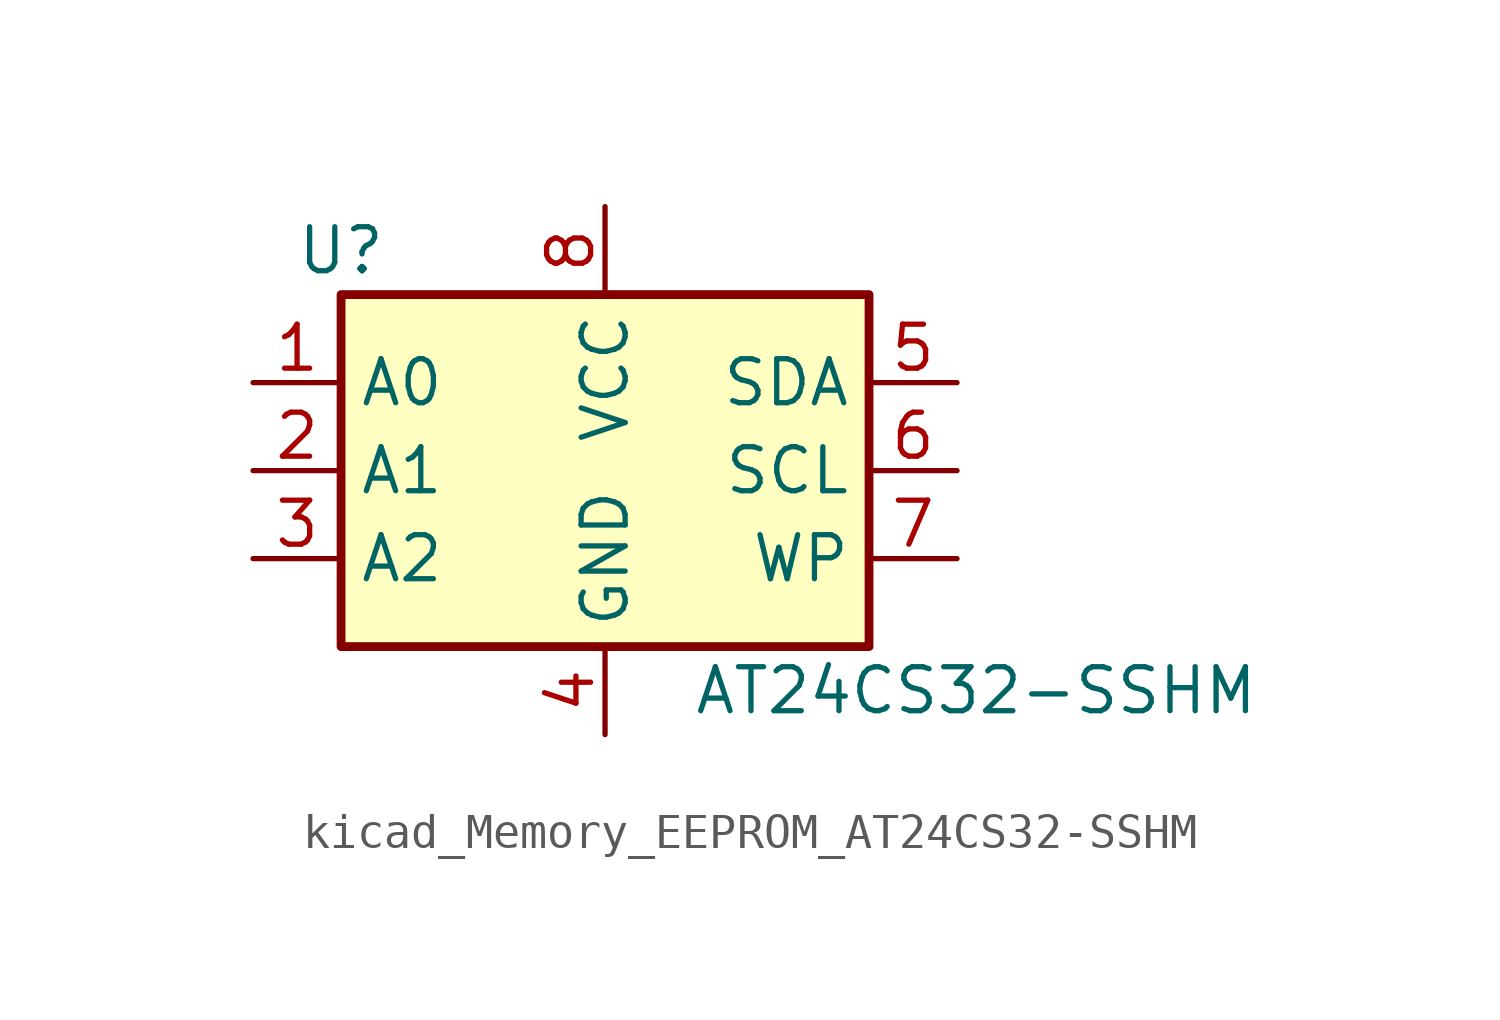
<source format=kicad_sym>
(kicad_symbol_lib
  (version 20220914)
  (generator kicad_symbol_editor)
  (symbol "kicad_Memory_EEPROM_AT24CS32-SSHM"
    (property "Reference" "U"
      (at -7.62 6.35 0)
      (effects (font (size 1.27 1.27))))
    (property "Value" "AT24CS32-SSHM"
      (at 2.54 -6.35 0)
      (effects (font (size 1.27 1.27)) (justify left)))
    (symbol "kicad_Memory_EEPROM_AT24CS32-SSHM_1_1"
      (rectangle (start -7.62 5.08) (end 7.62 -5.08) (stroke (width 0.254) (type default)) (fill (type background)))
      (pin input line (at -10.16 2.54 0) (length 2.54) (name "A0" (effects (font (size 1.27 1.27)))) (number "1" (effects (font (size 1.27 1.27)))))
      (pin input line (at -10.16 0 0) (length 2.54) (name "A1" (effects (font (size 1.27 1.27)))) (number "2" (effects (font (size 1.27 1.27)))))
      (pin input line (at -10.16 -2.54 0) (length 2.54) (name "A2" (effects (font (size 1.27 1.27)))) (number "3" (effects (font (size 1.27 1.27)))))
      (pin power_in line (at 0 -7.62 90) (length 2.54) (name "GND" (effects (font (size 1.27 1.27)))) (number "4" (effects (font (size 1.27 1.27)))))
      (pin bidirectional line (at 10.16 2.54 180) (length 2.54) (name "SDA" (effects (font (size 1.27 1.27)))) (number "5" (effects (font (size 1.27 1.27)))))
      (pin input line (at 10.16 0 180) (length 2.54) (name "SCL" (effects (font (size 1.27 1.27)))) (number "6" (effects (font (size 1.27 1.27)))))
      (pin input line (at 10.16 -2.54 180) (length 2.54) (name "WP" (effects (font (size 1.27 1.27)))) (number "7" (effects (font (size 1.27 1.27)))))
      (pin power_in line (at 0 7.62 270) (length 2.54) (name "VCC" (effects (font (size 1.27 1.27)))) (number "8" (effects (font (size 1.27 1.27))))))))
</source>
